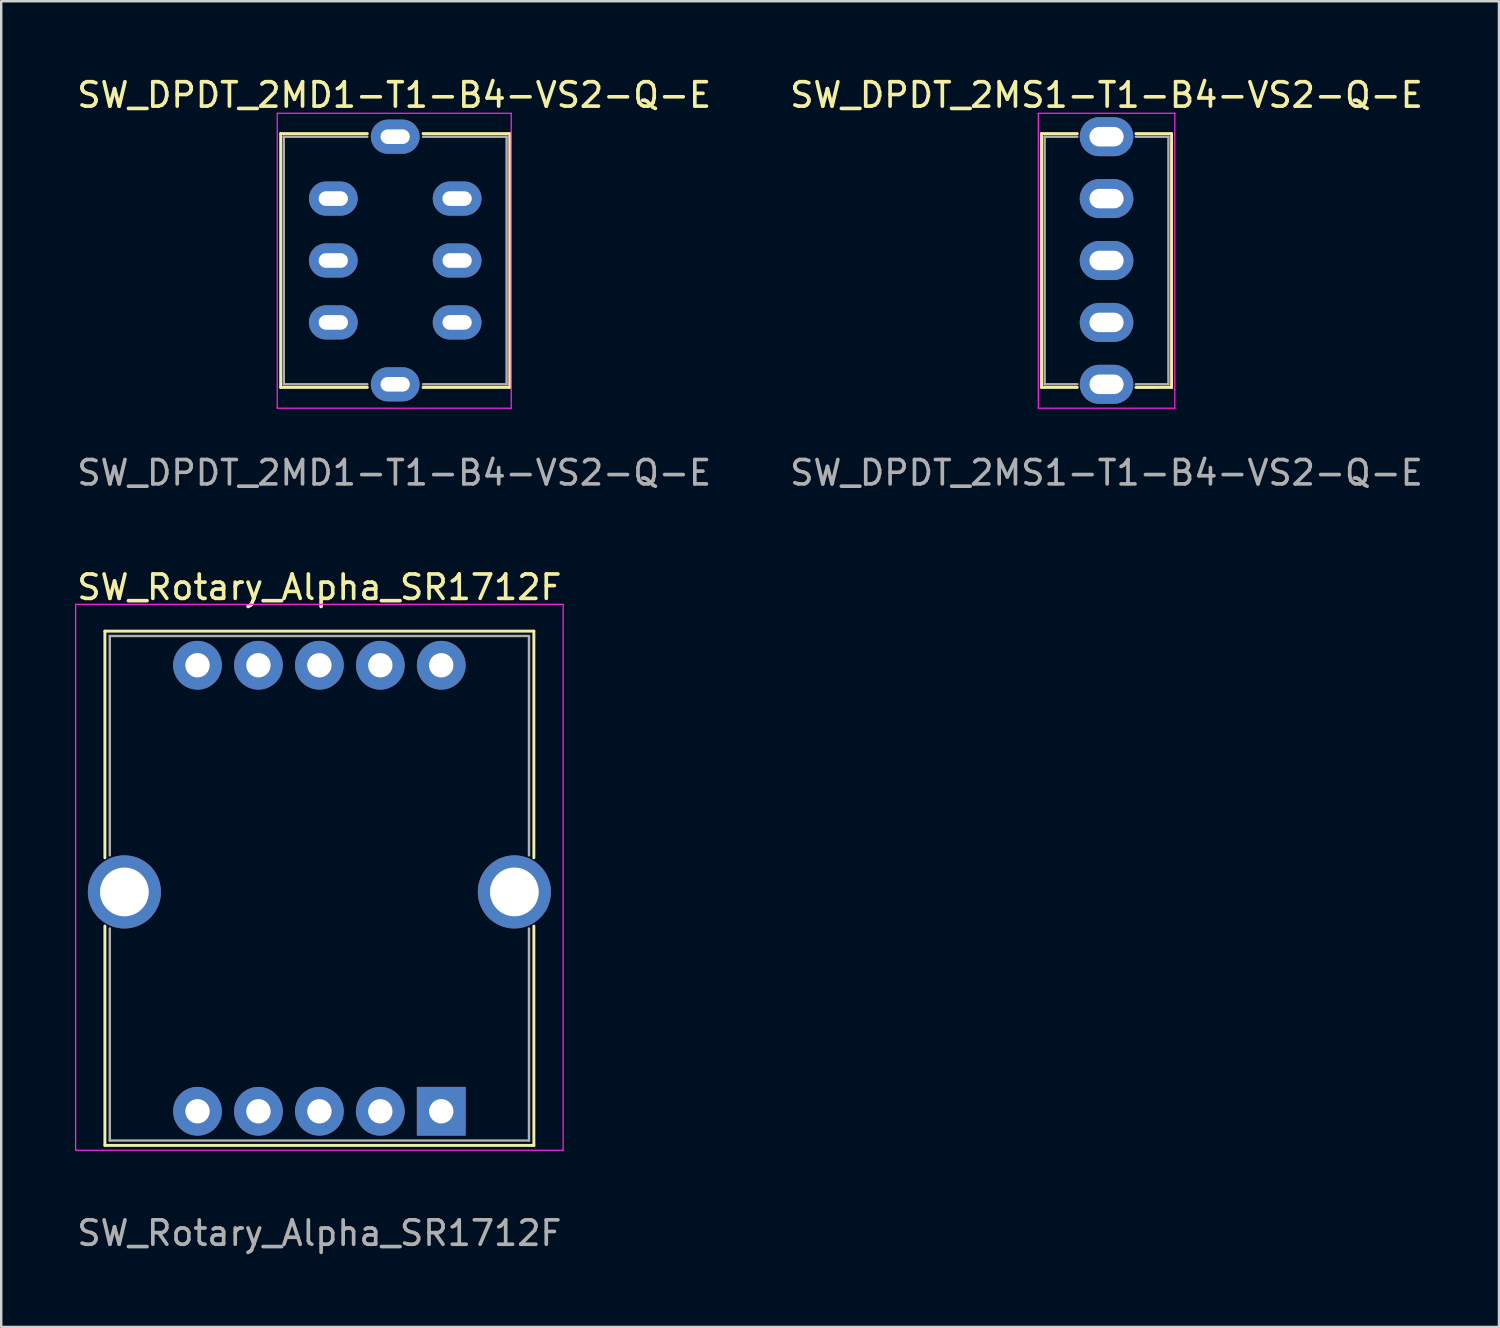
<source format=kicad_pcb>
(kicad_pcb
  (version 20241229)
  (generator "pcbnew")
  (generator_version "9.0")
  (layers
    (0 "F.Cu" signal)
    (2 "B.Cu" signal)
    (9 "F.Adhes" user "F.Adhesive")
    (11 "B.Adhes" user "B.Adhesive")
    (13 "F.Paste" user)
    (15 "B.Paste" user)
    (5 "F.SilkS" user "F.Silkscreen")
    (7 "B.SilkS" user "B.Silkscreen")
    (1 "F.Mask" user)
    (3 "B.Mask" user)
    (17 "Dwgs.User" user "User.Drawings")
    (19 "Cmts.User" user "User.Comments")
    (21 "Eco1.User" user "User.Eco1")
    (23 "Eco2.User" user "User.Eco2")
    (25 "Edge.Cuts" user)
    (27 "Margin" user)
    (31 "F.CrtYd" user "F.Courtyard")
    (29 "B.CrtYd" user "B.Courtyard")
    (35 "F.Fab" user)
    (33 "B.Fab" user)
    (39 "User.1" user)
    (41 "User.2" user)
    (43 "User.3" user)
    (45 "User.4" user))
  (footprint "SW_DPDT_2MS1-T1-B4-VS2-Q-E"
    (layer "F.Cu")
    (at 42.351 5.098)
    (property "Reference" "SW_DPDT_2MS1-T1-B4-VS2-Q-E" (at 0 -4.25 0) (unlocked yes) (layer "F.SilkS") (effects (font (size 1 1) (thickness 0.15))))
    (attr through_hole)
    (fp_line (start -2.667 -2.667) (end -2.667 7.747) (stroke (width 0.12) (type solid)) (layer "F.SilkS"))
    (fp_line (start -2.667 -2.667) (end -1.2 -2.667) (stroke (width 0.12) (type solid)) (layer "F.SilkS"))
    (fp_line (start -2.667 7.747) (end -1.2 7.747) (stroke (width 0.12) (type solid)) (layer "F.SilkS"))
    (fp_line (start 1.2 -2.667) (end 2.667 -2.667) (stroke (width 0.12) (type solid)) (layer "F.SilkS"))
    (fp_line (start 1.2 7.75) (end 2.667 7.747) (stroke (width 0.12) (type solid)) (layer "F.SilkS"))
    (fp_line (start 2.667 -2.667) (end 2.667 7.747) (stroke (width 0.12) (type solid)) (layer "F.SilkS"))
    (fp_line (start -2.8 -3.5) (end -2.8 8.6) (stroke (width 0.05) (type solid)) (layer "F.CrtYd"))
    (fp_line (start -2.8 -3.5) (end 2.8 -3.5) (stroke (width 0.05) (type solid)) (layer "F.CrtYd"))
    (fp_line (start -2.8 8.6) (end 2.8 8.6) (stroke (width 0.05) (type solid)) (layer "F.CrtYd"))
    (fp_line (start 2.8 -3.5) (end 2.8 8.6) (stroke (width 0.05) (type solid)) (layer "F.CrtYd"))
    (fp_line (start -2.54 -2.54) (end -2.54 7.62) (stroke (width 0.1) (type solid)) (layer "F.Fab"))
    (fp_line (start -2.54 -2.54) (end -1.2 -2.54) (stroke (width 0.1) (type solid)) (layer "F.Fab"))
    (fp_line (start -2.54 7.62) (end -1.2 7.62) (stroke (width 0.1) (type solid)) (layer "F.Fab"))
    (fp_line (start 1.2 -2.54) (end 2.54 -2.54) (stroke (width 0.1) (type solid)) (layer "F.Fab"))
    (fp_line (start 1.2 7.62) (end 2.54 7.62) (stroke (width 0.1) (type solid)) (layer "F.Fab"))
    (fp_line (start 2.54 -2.54) (end 2.54 7.62) (stroke (width 0.1) (type solid)) (layer "F.Fab"))
    (fp_text user "${REFERENCE}" (at 0 11.25 0) (unlocked yes) (layer "F.Fab") (effects (font (size 1 1) (thickness 0.15))))
    (pad "" thru_hole oval (at 0 -2.54) (size 2.2 1.6) (drill oval 1.4 0.8) (layers "*.Cu" "*.Mask"))
    (pad "" thru_hole oval (at 0 7.62) (size 2.2 1.6) (drill oval 1.4 0.8) (layers "*.Cu" "*.Mask"))
    (pad "1" thru_hole oval (at 0 5.08) (size 2.2 1.6) (drill oval 1.4 0.8) (layers "*.Cu" "*.Mask"))
    (pad "2" thru_hole oval (at 0 2.54) (size 2.2 1.6) (drill oval 1.4 0.8) (layers "*.Cu" "*.Mask"))
    (pad "3" thru_hole oval (at 0 0) (size 2.2 1.6) (drill oval 1.4 0.8) (layers "*.Cu" "*.Mask")))
  (footprint "SW_DPDT_2MD1-T1-B4-VS2-Q-E"
    (layer "F.Cu")
    (at 10.625 5.098)
    (property "Reference" "SW_DPDT_2MD1-T1-B4-VS2-Q-E" (at 2.5 -4.25 0) (unlocked yes) (layer "F.SilkS") (effects (font (size 1 1) (thickness 0.15))))
    (attr through_hole)
    (fp_line (start -2.159 -2.667) (end -2.159 7.747) (stroke (width 0.12) (type solid)) (layer "F.SilkS"))
    (fp_line (start -2.159 -2.667) (end 1.397 -2.667) (stroke (width 0.12) (type solid)) (layer "F.SilkS"))
    (fp_line (start -2.159 7.747) (end 1.397 7.747) (stroke (width 0.12) (type solid)) (layer "F.SilkS"))
    (fp_line (start 3.683 -2.667) (end 7.239 -2.667) (stroke (width 0.12) (type solid)) (layer "F.SilkS"))
    (fp_line (start 3.683 7.747) (end 7.239 7.747) (stroke (width 0.12) (type solid)) (layer "F.SilkS"))
    (fp_line (start 7.239 -2.667) (end 7.239 7.747) (stroke (width 0.12) (type solid)) (layer "F.SilkS"))
    (fp_line (start -2.3 -3.5) (end -2.3 8.6) (stroke (width 0.05) (type solid)) (layer "F.CrtYd"))
    (fp_line (start -2.3 -3.5) (end 7.3 -3.5) (stroke (width 0.05) (type solid)) (layer "F.CrtYd"))
    (fp_line (start -2.3 8.6) (end 7.3 8.6) (stroke (width 0.05) (type solid)) (layer "F.CrtYd"))
    (fp_line (start 7.3 -3.5) (end 7.3 8.6) (stroke (width 0.05) (type solid)) (layer "F.CrtYd"))
    (fp_line (start -2.032 -2.54) (end -2.032 7.62) (stroke (width 0.1) (type solid)) (layer "F.Fab"))
    (fp_line (start -2.032 -2.54) (end 1.397 -2.54) (stroke (width 0.1) (type solid)) (layer "F.Fab"))
    (fp_line (start -2.032 7.62) (end 1.397 7.62) (stroke (width 0.1) (type solid)) (layer "F.Fab"))
    (fp_line (start 3.683 -2.54) (end 7.112 -2.54) (stroke (width 0.1) (type solid)) (layer "F.Fab"))
    (fp_line (start 3.683 7.62) (end 7.112 7.62) (stroke (width 0.1) (type solid)) (layer "F.Fab"))
    (fp_line (start 7.112 -2.54) (end 7.112 7.62) (stroke (width 0.1) (type solid)) (layer "F.Fab"))
    (fp_text user "${REFERENCE}" (at 2.5 11.25 0) (unlocked yes) (layer "F.Fab") (effects (font (size 1 1) (thickness 0.15))))
    (pad "1" thru_hole oval (at 0 0) (size 2 1.4) (drill oval 1.2 0.6) (layers "*.Cu" "*.Mask"))
    (pad "2" thru_hole oval (at 0 2.54) (size 2 1.4) (drill oval 1.2 0.6) (layers "*.Cu" "*.Mask"))
    (pad "3" thru_hole oval (at 0 5.08) (size 2 1.4) (drill oval 1.2 0.6) (layers "*.Cu" "*.Mask"))
    (pad "4" thru_hole oval (at 5.08 0) (size 2 1.4) (drill oval 1.2 0.6) (layers "*.Cu" "*.Mask"))
    (pad "5" thru_hole oval (at 5.08 2.54) (size 2 1.4) (drill oval 1.2 0.6) (layers "*.Cu" "*.Mask"))
    (pad "6" thru_hole oval (at 5.08 5.08) (size 2 1.4) (drill oval 1.2 0.6) (layers "*.Cu" "*.Mask"))
    (pad "7" thru_hole oval (at 2.54 -2.54) (size 2 1.4) (drill oval 1.2 0.6) (layers "*.Cu" "*.Mask"))
    (pad "8" thru_hole oval (at 2.54 7.62) (size 2 1.4) (drill oval 1.2 0.6) (layers "*.Cu" "*.Mask")))
  (footprint "SW_Rotary_Alpha_SR1712F"
    (layer "F.Cu")
    (at 15.054 42.545)
    (property "Reference" "SW_Rotary_Alpha_SR1712F" (at -5 -21.5 0) (unlocked yes) (layer "F.SilkS") (effects (font (size 1 1) (thickness 0.15))))
    (attr through_hole)
    (fp_line (start -13.8 -19.7) (end -13.8 -10.4) (stroke (width 0.12) (type solid)) (layer "F.SilkS"))
    (fp_line (start -13.8 -7.6) (end -13.8 1.4) (stroke (width 0.12) (type solid)) (layer "F.SilkS"))
    (fp_line (start -13.8 1.4) (end 3.8 1.4) (stroke (width 0.12) (type solid)) (layer "F.SilkS"))
    (fp_line (start 3.8 -19.7) (end -13.8 -19.7) (stroke (width 0.12) (type solid)) (layer "F.SilkS"))
    (fp_line (start 3.8 -10.4) (end 3.8 -19.7) (stroke (width 0.12) (type solid)) (layer "F.SilkS"))
    (fp_line (start 3.8 1.4) (end 3.8 -7.6) (stroke (width 0.12) (type solid)) (layer "F.SilkS"))
    (fp_line (start -15 -20.8) (end -15 1.6) (stroke (width 0.05) (type solid)) (layer "F.CrtYd"))
    (fp_line (start -15 1.6) (end 5 1.6) (stroke (width 0.05) (type solid)) (layer "F.CrtYd"))
    (fp_line (start 5 -20.8) (end -15 -20.8) (stroke (width 0.05) (type solid)) (layer "F.CrtYd"))
    (fp_line (start 5 1.6) (end 5 -20.8) (stroke (width 0.05) (type solid)) (layer "F.CrtYd"))
    (fp_line (start -13.6 -19.5) (end -13.6 -10.5) (stroke (width 0.1) (type solid)) (layer "F.Fab"))
    (fp_line (start -13.6 -7.5) (end -13.6 1.2) (stroke (width 0.1) (type solid)) (layer "F.Fab"))
    (fp_line (start -13.6 1.2) (end 3.6 1.2) (stroke (width 0.1) (type solid)) (layer "F.Fab"))
    (fp_line (start 3.6 -19.5) (end -13.6 -19.5) (stroke (width 0.1) (type solid)) (layer "F.Fab"))
    (fp_line (start 3.6 -10.5) (end 3.6 -19.5) (stroke (width 0.1) (type solid)) (layer "F.Fab"))
    (fp_line (start 3.6 1.2) (end 3.6 -7.5) (stroke (width 0.1) (type solid)) (layer "F.Fab"))
    (fp_text user "${REFERENCE}" (at -5 5 0) (unlocked yes) (layer "F.Fab") (effects (font (size 1 1) (thickness 0.15))))
    (pad "" thru_hole circle (at -13 -9) (size 3 3) (drill 2) (layers "*.Cu" "*.Mask"))
    (pad "" thru_hole circle (at 3 -9) (size 3 3) (drill 2) (layers "*.Cu" "*.Mask"))
    (pad "1" thru_hole rect (at 0 0) (size 2 2) (drill 1) (layers "*.Cu" "*.Mask"))
    (pad "2" thru_hole oval (at -2.5 0) (size 2 2) (drill 1) (layers "*.Cu" "*.Mask"))
    (pad "3" thru_hole oval (at -5 0) (size 2 2) (drill 1) (layers "*.Cu" "*.Mask"))
    (pad "4" thru_hole oval (at -7.5 0) (size 2 2) (drill 1) (layers "*.Cu" "*.Mask"))
    (pad "5" thru_hole oval (at -10 0) (size 2 2) (drill 1) (layers "*.Cu" "*.Mask"))
    (pad "6" thru_hole oval (at -10 -18.3) (size 2 2) (drill 1) (layers "*.Cu" "*.Mask"))
    (pad "7" thru_hole oval (at -7.5 -18.3) (size 2 2) (drill 1) (layers "*.Cu" "*.Mask"))
    (pad "8" thru_hole oval (at -5 -18.3) (size 2 2) (drill 1) (layers "*.Cu" "*.Mask"))
    (pad "9" thru_hole oval (at -2.5 -18.3) (size 2 2) (drill 1) (layers "*.Cu" "*.Mask"))
    (pad "10" thru_hole oval (at 0 -18.3) (size 2 2) (drill 1) (layers "*.Cu" "*.Mask")))
  (gr_rect
    (start -3 -3)
    (end 58.452 51.393)
    (stroke (width 0.1) (type default))
    (fill no)
    (layer "Edge.Cuts")))
</source>
